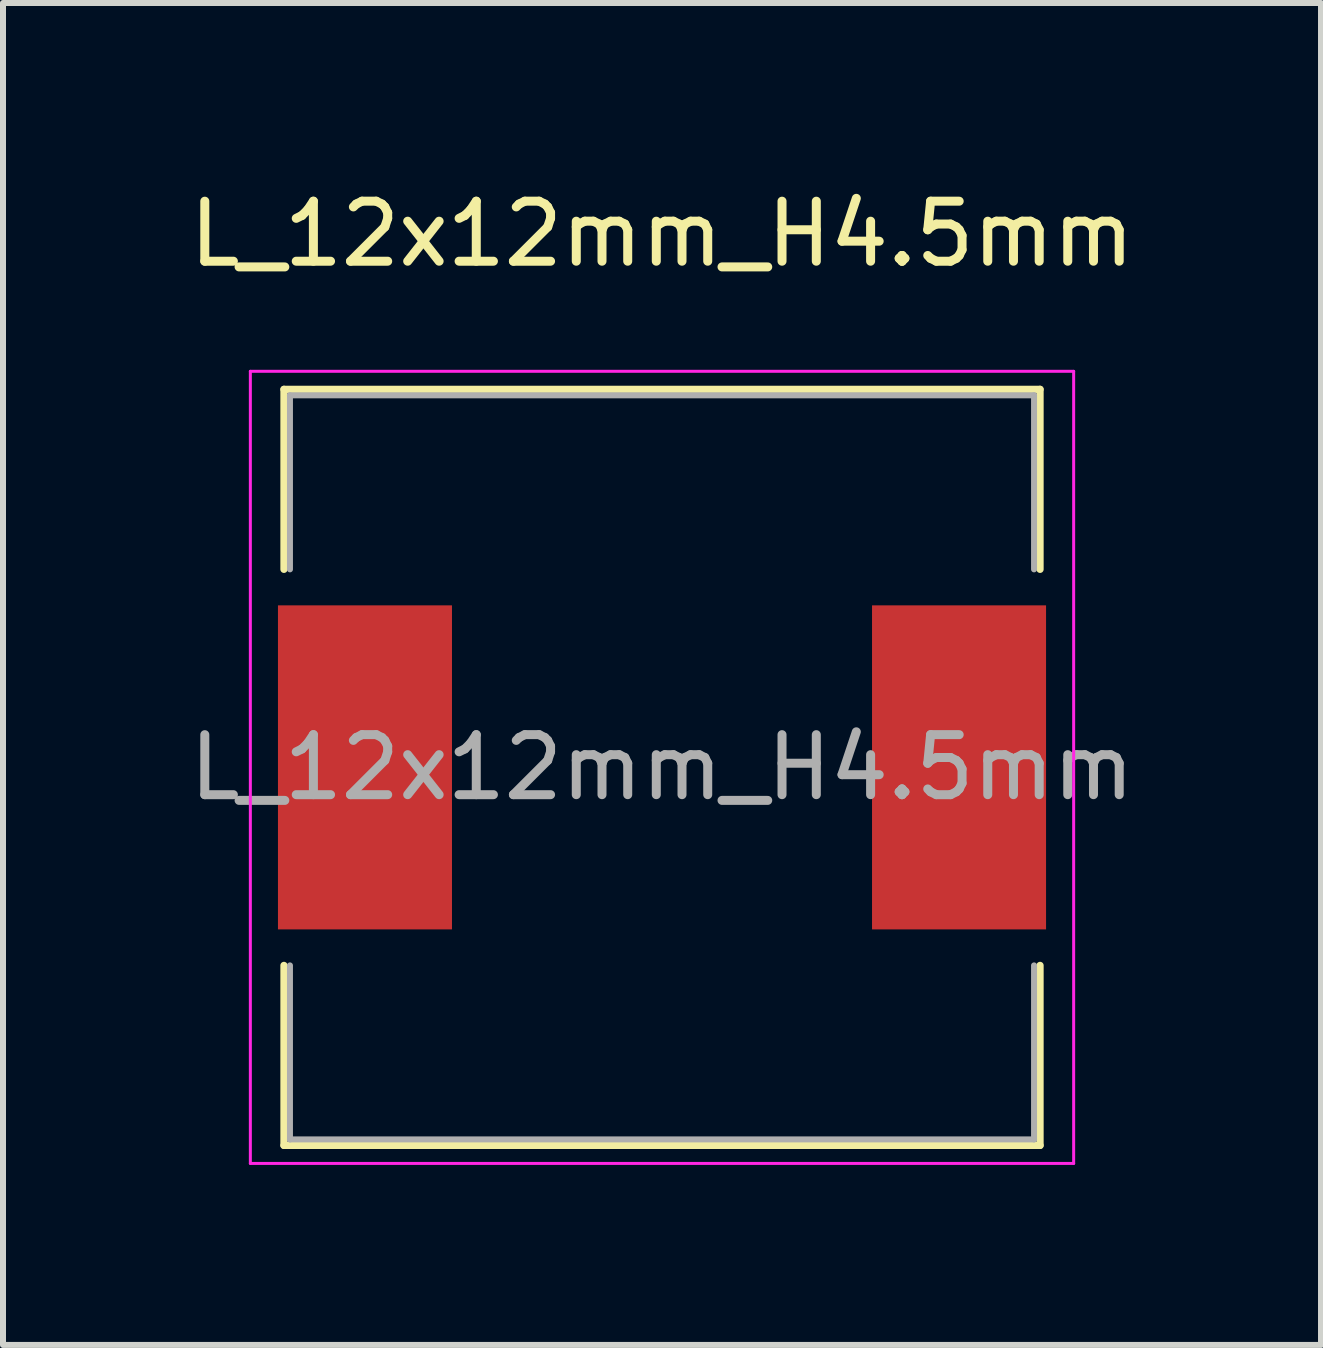
<source format=kicad_pcb>
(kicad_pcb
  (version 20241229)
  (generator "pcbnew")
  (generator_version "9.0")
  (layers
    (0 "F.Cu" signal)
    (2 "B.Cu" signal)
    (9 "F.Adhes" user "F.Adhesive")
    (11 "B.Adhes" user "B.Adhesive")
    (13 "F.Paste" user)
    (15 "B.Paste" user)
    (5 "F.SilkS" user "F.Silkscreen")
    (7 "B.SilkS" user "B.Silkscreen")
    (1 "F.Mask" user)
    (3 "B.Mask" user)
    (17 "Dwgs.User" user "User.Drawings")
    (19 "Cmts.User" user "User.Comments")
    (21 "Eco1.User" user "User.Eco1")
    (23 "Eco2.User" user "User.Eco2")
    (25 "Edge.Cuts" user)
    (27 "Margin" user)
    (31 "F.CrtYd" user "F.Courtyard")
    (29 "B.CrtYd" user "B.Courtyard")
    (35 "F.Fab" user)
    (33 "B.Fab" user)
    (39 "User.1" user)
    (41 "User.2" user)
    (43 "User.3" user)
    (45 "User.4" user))
  (footprint "L_12x12mm_H4.5mm"
    (layer "F.Cu")
    (at 7.982 9.738)
    (property "Reference" "L_12x12mm_H4.5mm" (at 0 -8.89 0) (layer "F.SilkS") (effects (font (size 1 1) (thickness 0.15))))
    (attr smd)
    (fp_line (start -6.3 -6.3) (end 6.3 -6.3) (stroke (width 0.12) (type solid)) (layer "F.SilkS"))
    (fp_line (start -6.3 -3.3) (end -6.3 -6.3) (stroke (width 0.12) (type solid)) (layer "F.SilkS"))
    (fp_line (start -6.3 6.3) (end -6.3 3.3) (stroke (width 0.12) (type solid)) (layer "F.SilkS"))
    (fp_line (start 6.3 -6.3) (end 6.3 -3.3) (stroke (width 0.12) (type solid)) (layer "F.SilkS"))
    (fp_line (start 6.3 3.3) (end 6.3 6.3) (stroke (width 0.12) (type solid)) (layer "F.SilkS"))
    (fp_line (start 6.3 6.3) (end -6.3 6.3) (stroke (width 0.12) (type solid)) (layer "F.SilkS"))
    (fp_line (start -6.86 -6.6) (end 6.86 -6.6) (stroke (width 0.05) (type solid)) (layer "F.CrtYd"))
    (fp_line (start -6.86 6.6) (end -6.86 -6.6) (stroke (width 0.05) (type solid)) (layer "F.CrtYd"))
    (fp_line (start 6.86 -6.6) (end 6.86 6.6) (stroke (width 0.05) (type solid)) (layer "F.CrtYd"))
    (fp_line (start 6.86 6.6) (end -6.86 6.6) (stroke (width 0.05) (type solid)) (layer "F.CrtYd"))
    (fp_line (start -6.2 -6.2) (end -6.2 -3.3) (stroke (width 0.1) (type solid)) (layer "F.Fab"))
    (fp_line (start -6.2 3.3) (end -6.2 6.2) (stroke (width 0.1) (type solid)) (layer "F.Fab"))
    (fp_line (start -6.2 6.2) (end 6.2 6.2) (stroke (width 0.1) (type solid)) (layer "F.Fab"))
    (fp_line (start 6.2 -6.2) (end -6.2 -6.2) (stroke (width 0.1) (type solid)) (layer "F.Fab"))
    (fp_line (start 6.2 -6.2) (end 6.2 -3.3) (stroke (width 0.1) (type solid)) (layer "F.Fab"))
    (fp_line (start 6.2 6.2) (end 6.2 3.3) (stroke (width 0.1) (type solid)) (layer "F.Fab"))
    (fp_text user "${REFERENCE}" (at 0 0 0) (layer "F.Fab") (effects (font (size 1 1) (thickness 0.15))))
    (pad "1" smd rect (at -4.95 0) (size 2.9 5.4) (layers "F.Cu" "F.Mask" "F.Paste"))
    (pad "2" smd rect (at 4.95 0) (size 2.9 5.4) (layers "F.Cu" "F.Mask" "F.Paste")))
  (gr_rect
    (start -3 -3)
    (end 18.964 19.363)
    (stroke (width 0.1) (type default))
    (fill no)
    (layer "Edge.Cuts")))
</source>
